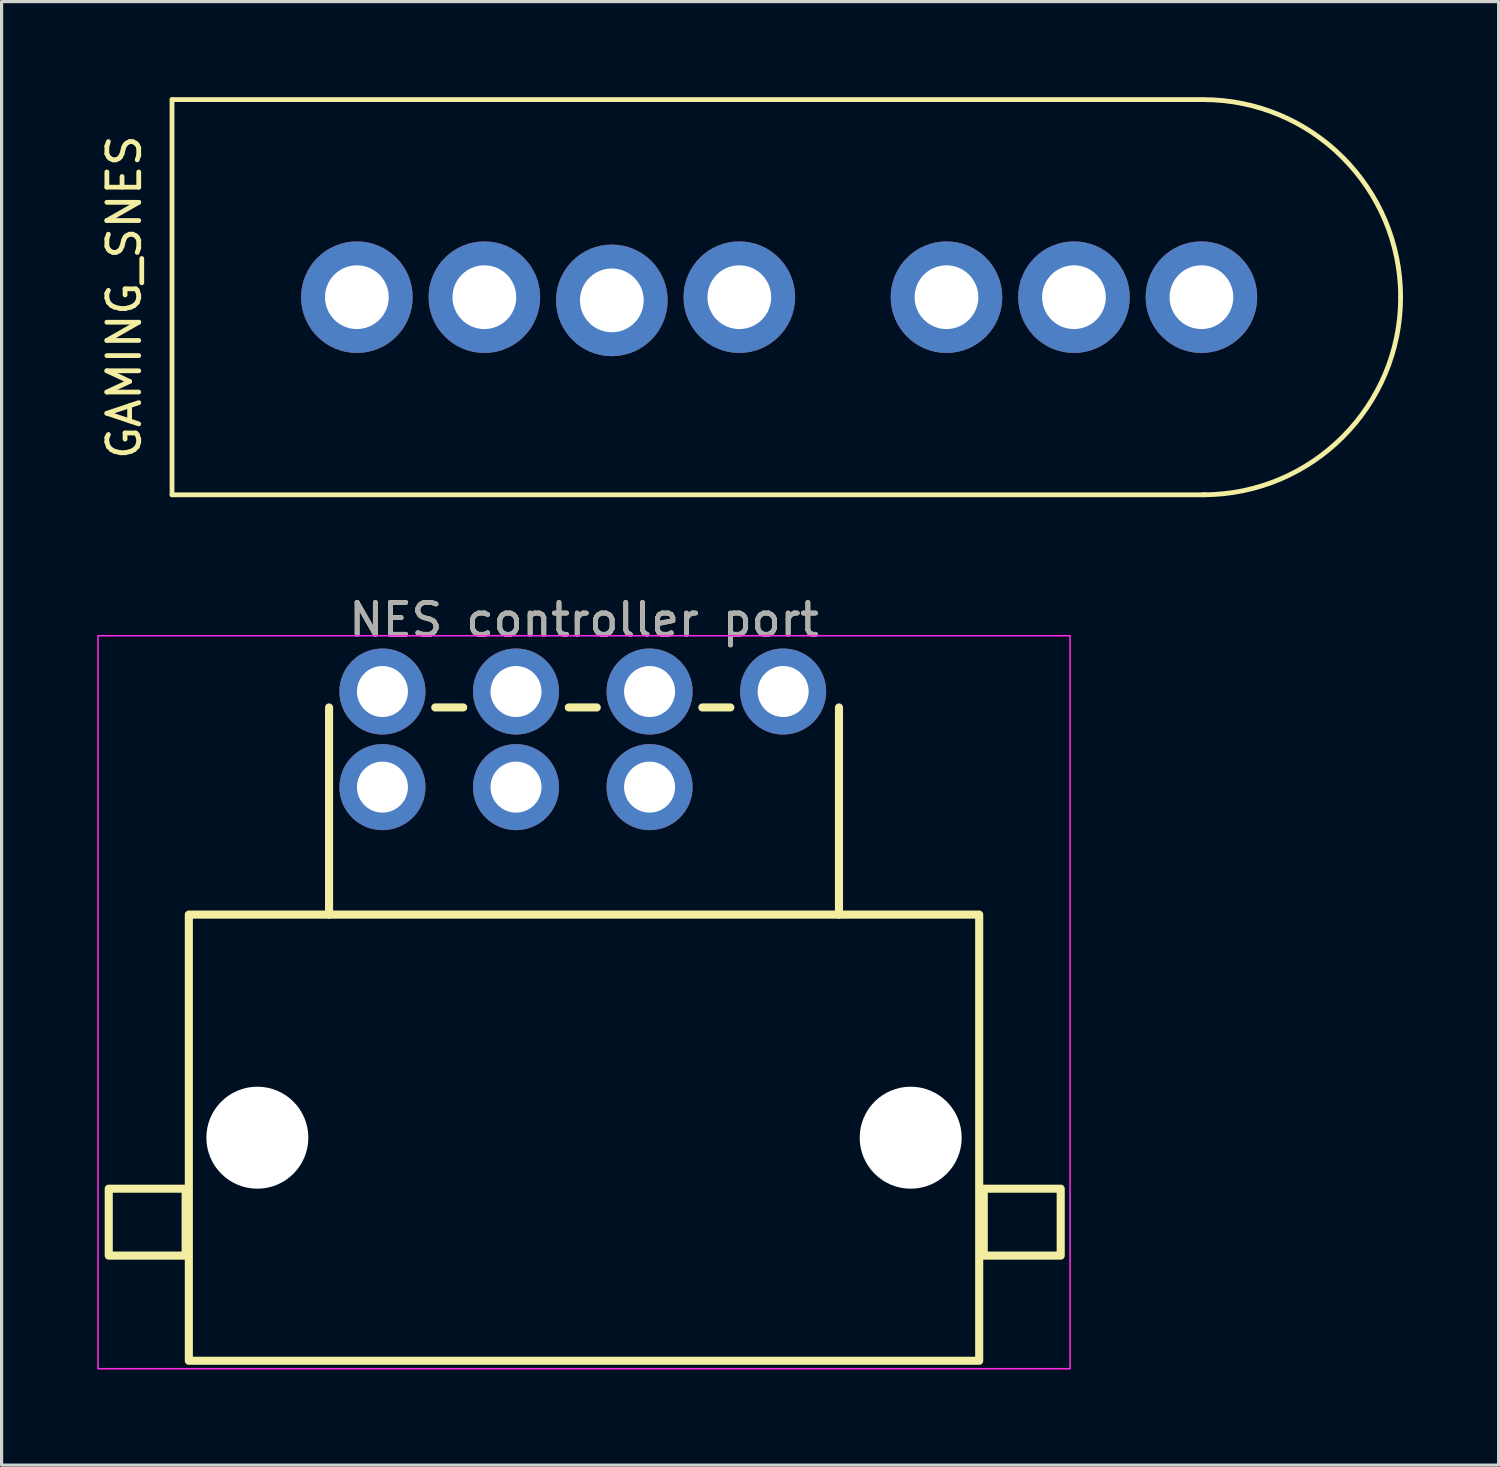
<source format=kicad_pcb>
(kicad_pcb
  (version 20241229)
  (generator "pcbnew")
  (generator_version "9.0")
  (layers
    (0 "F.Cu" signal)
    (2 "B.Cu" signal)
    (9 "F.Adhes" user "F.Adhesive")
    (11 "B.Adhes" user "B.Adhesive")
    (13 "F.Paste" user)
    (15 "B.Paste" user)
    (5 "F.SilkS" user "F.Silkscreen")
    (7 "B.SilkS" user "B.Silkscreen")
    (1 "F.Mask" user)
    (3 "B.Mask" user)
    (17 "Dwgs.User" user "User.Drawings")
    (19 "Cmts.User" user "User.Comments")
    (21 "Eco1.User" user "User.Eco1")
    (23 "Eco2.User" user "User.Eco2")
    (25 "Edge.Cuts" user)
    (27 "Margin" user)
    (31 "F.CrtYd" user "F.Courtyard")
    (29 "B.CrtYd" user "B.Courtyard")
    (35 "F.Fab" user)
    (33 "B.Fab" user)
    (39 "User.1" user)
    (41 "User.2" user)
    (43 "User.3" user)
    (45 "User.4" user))
  (footprint "NES controller port"
    (layer "F.Cu")
    (at 15.275 25.398)
    (property "Reference" "NES controller port" (at 0 -9 0) (unlocked yes) (layer "F.SilkS") (effects (font (size 1 1) (thickness 0.15))))
    (attr through_hole)
    (fp_line (start -8 0.25) (end -8 -6.25) (stroke (width 0.254) (type solid)) (layer "F.SilkS"))
    (fp_line (start -3.791 -6.25) (end -4.668 -6.25) (stroke (width 0.254) (type solid)) (layer "F.SilkS"))
    (fp_line (start 0.4 -6.25) (end -0.477 -6.25) (stroke (width 0.254) (type solid)) (layer "F.SilkS"))
    (fp_line (start 4.591 -6.25) (end 3.714 -6.25) (stroke (width 0.254) (type solid)) (layer "F.SilkS"))
    (fp_line (start 8 0.25) (end 8 -6.25) (stroke (width 0.254) (type solid)) (layer "F.SilkS"))
    (fp_rect (start -12.5 10.95) (end -14.913 8.85) (stroke (width 0.254) (type solid)) (fill no) (layer "F.SilkS"))
    (fp_rect (start 12.4 14.25) (end -12.4 0.25) (stroke (width 0.254) (type solid)) (fill no) (layer "F.SilkS"))
    (fp_rect (start 14.957 10.95) (end 12.543 8.85) (stroke (width 0.254) (type solid)) (fill no) (layer "F.SilkS"))
    (fp_rect (start -15.25 14.5) (end 15.25 -8.5) (stroke (width 0.05) (type solid)) (fill no) (layer "F.CrtYd"))
    (fp_text user "${REFERENCE}" (at 0 -9 0) (unlocked yes) (layer "F.Fab") (effects (font (size 1 1) (thickness 0.15))))
    (pad "" np_thru_hole circle (at -10.25 7.25) (size 3.2 3.2) (drill 3.2) (layers "*.Cu" "*.Mask"))
    (pad "" np_thru_hole circle (at 10.25 7.25) (size 3.2 3.2) (drill 3.2) (layers "*.Cu" "*.Mask"))
    (pad "1" thru_hole circle (at 2.057 -3.75) (size 2.7 2.7) (drill 1.6) (layers "*.Cu" "*.Mask"))
    (pad "2" thru_hole circle (at -2.134 -3.75) (size 2.7 2.7) (drill 1.6) (layers "*.Cu" "*.Mask"))
    (pad "3" thru_hole circle (at -6.325 -3.75) (size 2.7 2.7) (drill 1.6) (layers "*.Cu" "*.Mask"))
    (pad "4" thru_hole circle (at -6.325 -6.75) (size 2.7 2.7) (drill 1.6) (layers "*.Cu" "*.Mask"))
    (pad "5" thru_hole circle (at -2.134 -6.75) (size 2.7 2.7) (drill 1.6) (layers "*.Cu" "*.Mask"))
    (pad "6" thru_hole circle (at 2.057 -6.75) (size 2.7 2.7) (drill 1.6) (layers "*.Cu" "*.Mask"))
    (pad "7" thru_hole circle (at 6.248 -6.75) (size 2.7 2.7) (drill 1.6) (layers "*.Cu" "*.Mask")))
  (footprint "GAMING_SNES"
    (layer "F.Cu")
    (at 20.148 6.275)
    (property "Reference" "GAMING_SNES" (at -19.3 0 270) (layer "F.SilkS") (effects (font (size 1 1) (thickness 0.15))))
    (attr through_hole)
    (fp_line (start -17.8 -6.2) (end 14.5 -6.2) (stroke (width 0.15) (type solid)) (layer "F.SilkS"))
    (fp_line (start -17.8 6.2) (end -17.8 -6.2) (stroke (width 0.15) (type solid)) (layer "F.SilkS"))
    (fp_line (start -17.8 6.2) (end 14.6 6.2) (stroke (width 0.15) (type solid)) (layer "F.SilkS"))
    (fp_arc (start 14.55 -6.2) (mid 18.934062 -4.384062) (end 20.75 0) (stroke (width 0.15) (type solid)) (layer "F.SilkS"))
    (fp_arc (start 20.75 0) (mid 18.934062 4.384062) (end 14.55 6.2) (stroke (width 0.15) (type solid)) (layer "F.SilkS"))
    (pad "1" thru_hole circle (at -12 0) (size 3.5 3.5) (drill 2) (layers "*.Cu" "*.Mask"))
    (pad "2" thru_hole circle (at -8 0) (size 3.5 3.5) (drill 2) (layers "*.Cu" "*.Mask"))
    (pad "3" thru_hole circle (at -4 0.1) (size 3.5 3.5) (drill 2) (layers "*.Cu" "*.Mask"))
    (pad "4" thru_hole circle (at 0 0) (size 3.5 3.5) (drill 2) (layers "*.Cu" "*.Mask"))
    (pad "5" thru_hole circle (at 6.5 0) (size 3.5 3.5) (drill 2) (layers "*.Cu" "*.Mask"))
    (pad "6" thru_hole circle (at 10.5 0) (size 3.5 3.5) (drill 2) (layers "*.Cu" "*.Mask"))
    (pad "7" thru_hole circle (at 14.5 0) (size 3.5 3.5) (drill 2) (layers "*.Cu" "*.Mask")))
  (gr_rect
    (start -3 -3)
    (end 43.973 42.923)
    (stroke (width 0.1) (type default))
    (fill no)
    (layer "Edge.Cuts")))
</source>
